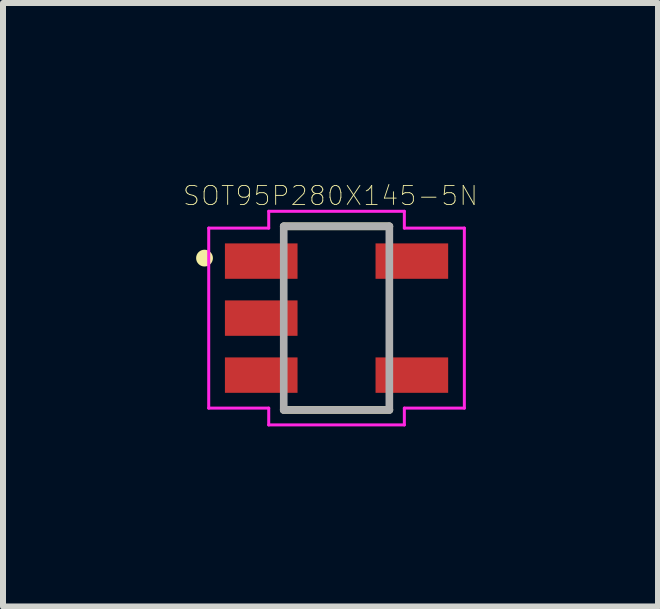
<source format=kicad_pcb>
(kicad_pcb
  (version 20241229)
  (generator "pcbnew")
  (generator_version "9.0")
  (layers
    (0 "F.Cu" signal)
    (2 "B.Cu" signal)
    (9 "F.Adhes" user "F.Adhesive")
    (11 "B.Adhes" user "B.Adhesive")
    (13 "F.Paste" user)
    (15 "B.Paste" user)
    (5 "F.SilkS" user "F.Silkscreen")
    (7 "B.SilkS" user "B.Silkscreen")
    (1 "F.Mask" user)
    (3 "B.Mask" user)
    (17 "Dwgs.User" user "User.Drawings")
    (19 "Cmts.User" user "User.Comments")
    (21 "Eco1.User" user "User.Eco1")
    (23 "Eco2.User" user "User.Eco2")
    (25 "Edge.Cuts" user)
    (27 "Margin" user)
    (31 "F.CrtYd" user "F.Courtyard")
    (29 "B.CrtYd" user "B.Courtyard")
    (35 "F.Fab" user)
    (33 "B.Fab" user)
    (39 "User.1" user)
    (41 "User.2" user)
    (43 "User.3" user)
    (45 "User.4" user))
  (footprint "SOT95P280X145-5N"
    (layer "F.Cu")
    (at 2.558 2.251)
    (property "Reference" "SOT95P280X145-5N" (at -0.101 -2.04 0) (layer "F.SilkS") (effects (font (size 0.317 0.317) (thickness 0.015))))
    (attr through_hole)
    (fp_line (start -0.88 1.53) (end 0.88 1.53) (stroke (width 0.127) (type solid)) (layer "F.SilkS"))
    (fp_line (start 0.88 -1.53) (end -0.88 -1.53) (stroke (width 0.127) (type solid)) (layer "F.SilkS"))
    (fp_circle (center -2.2 -1) (end -2.13 -1) (stroke (width 0.14) (type solid)) (fill no) (layer "F.SilkS"))
    (fp_line (start -2.13 -1.5) (end -2.13 1.5) (stroke (width 0.05) (type solid)) (layer "F.CrtYd"))
    (fp_line (start -2.13 1.5) (end -1.13 1.5) (stroke (width 0.05) (type solid)) (layer "F.CrtYd"))
    (fp_line (start -1.13 -1.78) (end -1.13 -1.5) (stroke (width 0.05) (type solid)) (layer "F.CrtYd"))
    (fp_line (start -1.13 -1.5) (end -2.13 -1.5) (stroke (width 0.05) (type solid)) (layer "F.CrtYd"))
    (fp_line (start -1.13 1.5) (end -1.13 1.78) (stroke (width 0.05) (type solid)) (layer "F.CrtYd"))
    (fp_line (start -1.13 1.78) (end 1.13 1.78) (stroke (width 0.05) (type solid)) (layer "F.CrtYd"))
    (fp_line (start 1.13 -1.78) (end -1.13 -1.78) (stroke (width 0.05) (type solid)) (layer "F.CrtYd"))
    (fp_line (start 1.13 -1.5) (end 1.13 -1.78) (stroke (width 0.05) (type solid)) (layer "F.CrtYd"))
    (fp_line (start 1.13 1.5) (end 2.13 1.5) (stroke (width 0.05) (type solid)) (layer "F.CrtYd"))
    (fp_line (start 1.13 1.78) (end 1.13 1.5) (stroke (width 0.05) (type solid)) (layer "F.CrtYd"))
    (fp_line (start 2.13 -1.5) (end 1.13 -1.5) (stroke (width 0.05) (type solid)) (layer "F.CrtYd"))
    (fp_line (start 2.13 1.5) (end 2.13 -1.5) (stroke (width 0.05) (type solid)) (layer "F.CrtYd"))
    (fp_line (start -0.88 -1.53) (end -0.88 1.53) (stroke (width 0.127) (type solid)) (layer "F.Fab"))
    (fp_line (start -0.88 1.53) (end 0.88 1.53) (stroke (width 0.127) (type solid)) (layer "F.Fab"))
    (fp_line (start 0.88 -1.53) (end -0.88 -1.53) (stroke (width 0.127) (type solid)) (layer "F.Fab"))
    (fp_line (start 0.88 1.53) (end 0.88 -1.53) (stroke (width 0.127) (type solid)) (layer "F.Fab"))
    (pad "1" smd rect (at -1.255 -0.95) (size 1.21 0.59) (layers "F.Cu" "F.Mask" "F.Paste"))
    (pad "2" smd rect (at -1.255 0) (size 1.21 0.59) (layers "F.Cu" "F.Mask" "F.Paste"))
    (pad "3" smd rect (at -1.255 0.95) (size 1.21 0.59) (layers "F.Cu" "F.Mask" "F.Paste"))
    (pad "4" smd rect (at 1.255 0.95) (size 1.21 0.59) (layers "F.Cu" "F.Mask" "F.Paste"))
    (pad "5" smd rect (at 1.255 -0.95) (size 1.21 0.59) (layers "F.Cu" "F.Mask" "F.Paste")))
  (gr_rect
    (start -3 -3)
    (end 7.915 7.056)
    (stroke (width 0.1) (type default))
    (fill no)
    (layer "Edge.Cuts")))
</source>
